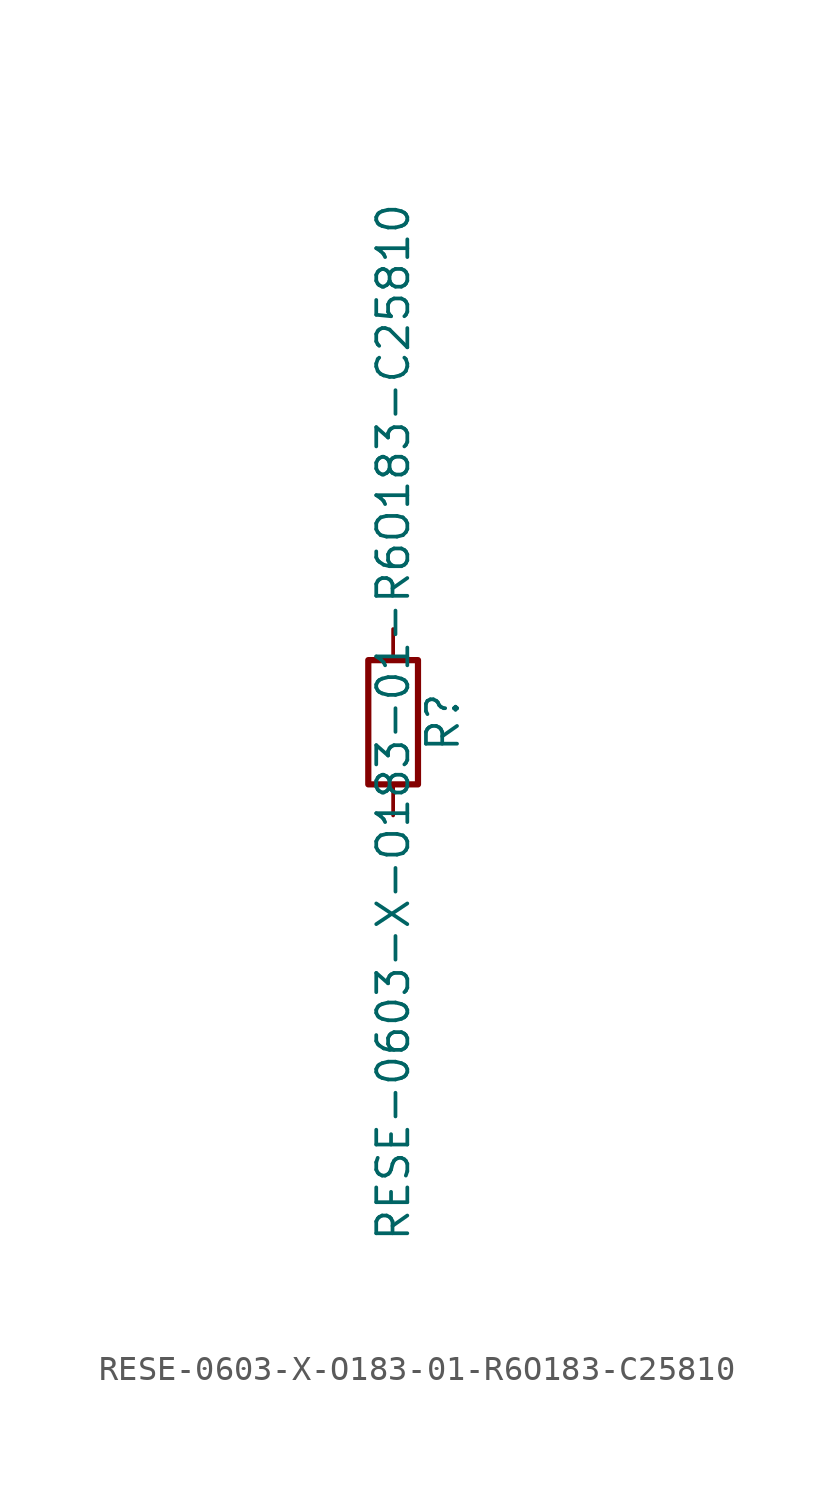
<source format=kicad_sym>
(kicad_symbol_lib
  (version 20211014)
  (generator kicad_symbol_editor)
  (symbol "RESE-0603-X-O183-01-R6O183-C25810"
    (pin_numbers hide)
    (pin_names
      (offset 0))
    (property "Reference" "R"
      (at 2.032 0 90)
      (effects (font (size 1.27 1.27))))
    (property "Value" "RESE-0603-X-O183-01-R6O183-C25810"
      (at 0 0 90)
      (effects (font (size 1.27 1.27))))
    (symbol "RESE-0603-X-O183-01-R6O183-C25810_0_1"
      (rectangle (start -1.016 -2.54) (end 1.016 2.54) (stroke (width 0.254) (type default) (color 0 0 0 0)) (fill (type none))))
    (symbol "RESE-0603-X-O183-01-R6O183-C25810_1_1"
      (pin passive line (at 0 3.81 270) (length 1.27) (name "~" (effects (font (size 1.27 1.27)))) (number "1" (effects (font (size 1.27 1.27)))))
      (pin passive line (at 0 -3.81 90) (length 1.27) (name "~" (effects (font (size 1.27 1.27)))) (number "2" (effects (font (size 1.27 1.27))))))))
</source>
